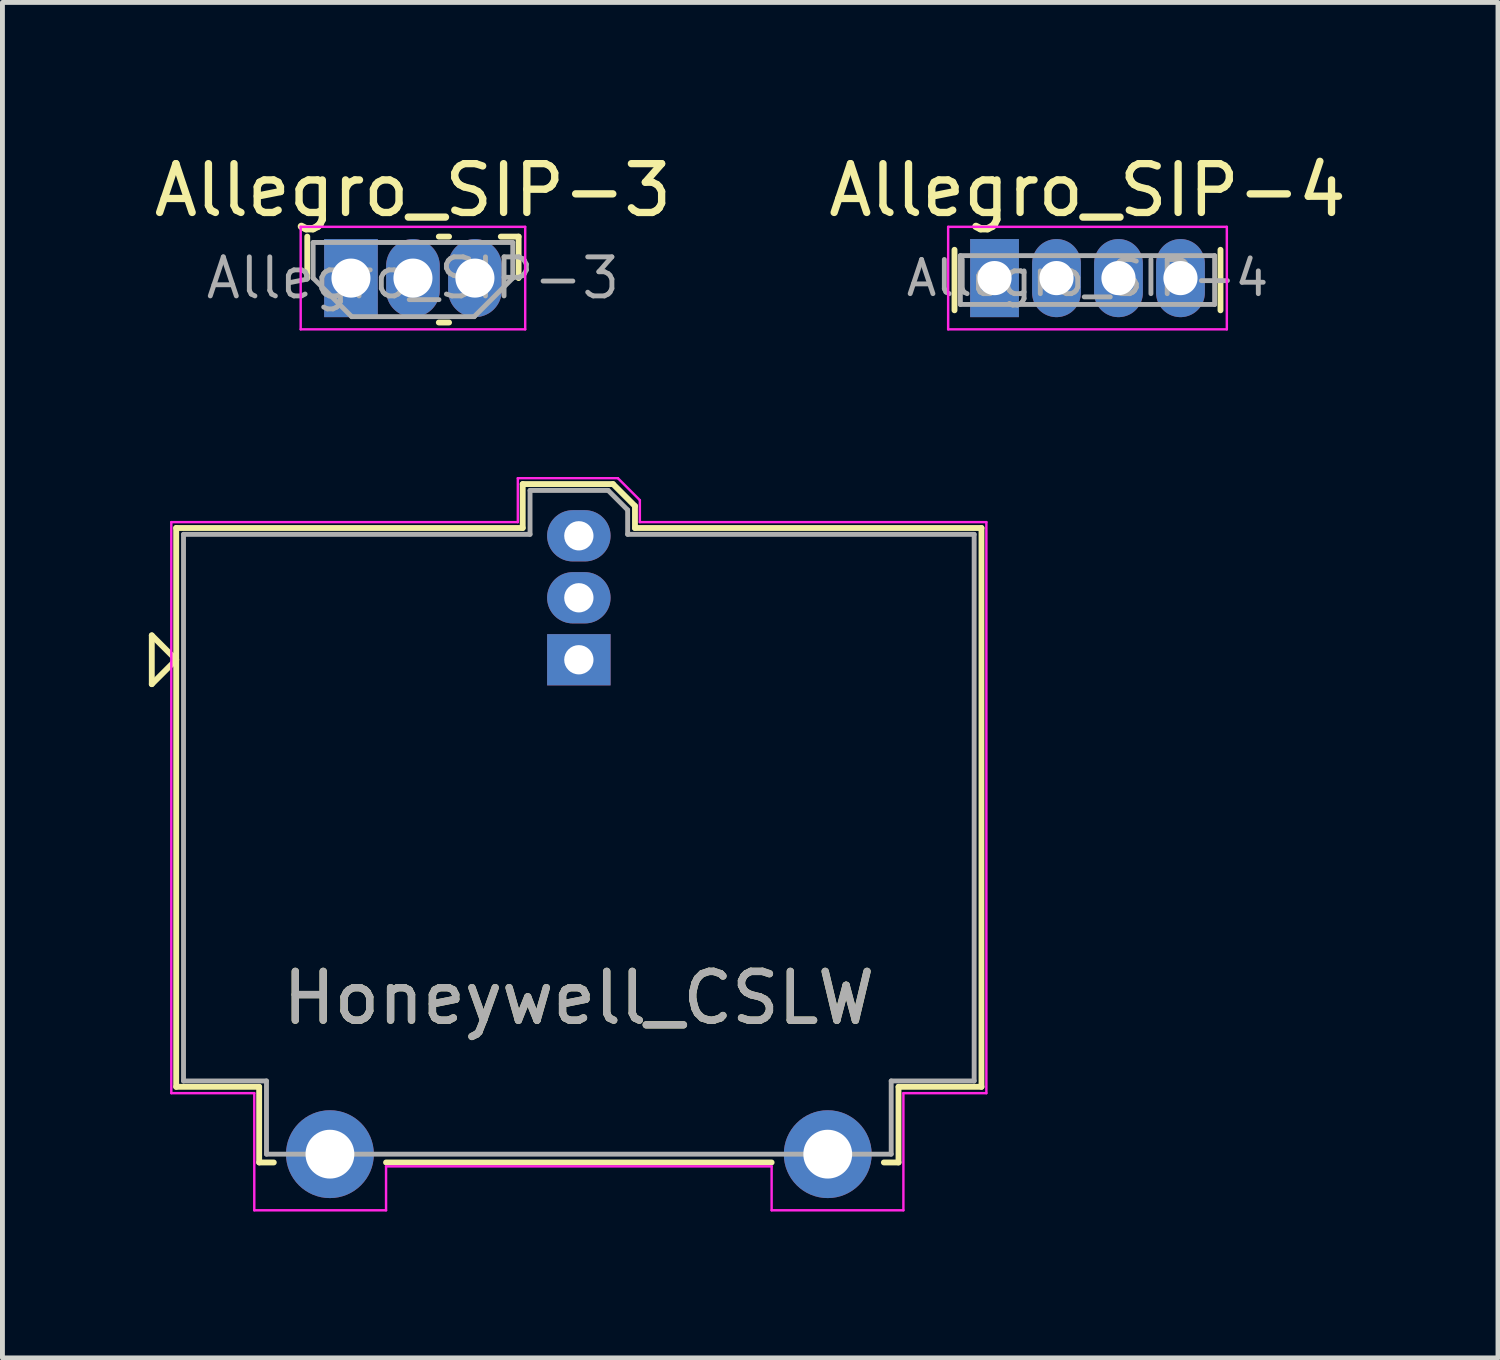
<source format=kicad_pcb>
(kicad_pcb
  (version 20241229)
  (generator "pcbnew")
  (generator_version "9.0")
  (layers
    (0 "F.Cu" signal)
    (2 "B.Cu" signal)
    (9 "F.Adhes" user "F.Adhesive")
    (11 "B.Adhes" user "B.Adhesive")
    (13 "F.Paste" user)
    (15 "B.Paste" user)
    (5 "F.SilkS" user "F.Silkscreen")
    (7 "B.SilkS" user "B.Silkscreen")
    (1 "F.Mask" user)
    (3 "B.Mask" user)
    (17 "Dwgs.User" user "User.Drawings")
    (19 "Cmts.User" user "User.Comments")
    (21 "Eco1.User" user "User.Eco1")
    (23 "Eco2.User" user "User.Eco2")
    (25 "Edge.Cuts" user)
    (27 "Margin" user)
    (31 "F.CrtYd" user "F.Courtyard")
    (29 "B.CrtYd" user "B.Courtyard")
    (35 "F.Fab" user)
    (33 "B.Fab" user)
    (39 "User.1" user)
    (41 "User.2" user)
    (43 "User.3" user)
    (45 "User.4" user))
  (footprint "Allegro_SIP-4"
    (layer "F.Cu")
    (at 17.327 2.648)
    (property "Reference" "Allegro_SIP-4" (at 1.905 -1.8 0) (layer "F.SilkS") (effects (font (size 1 1) (thickness 0.15))))
    (attr through_hole)
    (fp_line (start -0.82 0.66) (end -0.82 -0.58) (stroke (width 0.12) (type solid)) (layer "F.SilkS"))
    (fp_line (start 4.63 -0.58) (end 4.63 0.66) (stroke (width 0.12) (type solid)) (layer "F.SilkS"))
    (fp_line (start -0.95 -1.05) (end -0.95 1.05) (stroke (width 0.05) (type solid)) (layer "F.CrtYd"))
    (fp_line (start -0.95 1.05) (end 4.76 1.05) (stroke (width 0.05) (type solid)) (layer "F.CrtYd"))
    (fp_line (start 4.76 -1.05) (end -0.95 -1.05) (stroke (width 0.05) (type solid)) (layer "F.CrtYd"))
    (fp_line (start 4.76 1.05) (end 4.76 -1.05) (stroke (width 0.05) (type solid)) (layer "F.CrtYd"))
    (fp_line (start -0.7 -0.46) (end 4.51 -0.46) (stroke (width 0.1) (type solid)) (layer "F.Fab"))
    (fp_line (start -0.7 0.54) (end -0.7 -0.46) (stroke (width 0.1) (type solid)) (layer "F.Fab"))
    (fp_line (start 4.51 -0.46) (end 4.51 0.54) (stroke (width 0.1) (type solid)) (layer "F.Fab"))
    (fp_line (start 4.51 0.54) (end -0.7 0.54) (stroke (width 0.1) (type solid)) (layer "F.Fab"))
    (fp_text user "${REFERENCE}" (at 1.905 0 0) (layer "F.Fab") (effects (font (size 0.7 0.7) (thickness 0.1))))
    (pad "1" thru_hole rect (at 0 0) (size 1 1.6) (drill 0.7) (layers "*.Cu" "*.Mask"))
    (pad "2" thru_hole oval (at 1.27 0) (size 1 1.6) (drill 0.7) (layers "*.Cu" "*.Mask"))
    (pad "3" thru_hole oval (at 2.54 0) (size 1 1.6) (drill 0.7) (layers "*.Cu" "*.Mask"))
    (pad "4" thru_hole oval (at 3.81 0) (size 1 1.6) (drill 0.7) (layers "*.Cu" "*.Mask")))
  (footprint "Honeywell_CSLW"
    (layer "F.Cu")
    (at 8.81 10.468)
    (property "Reference" "Honeywell_CSLW" (at 0 6.93 0) (layer "F.SilkS") (effects (font (size 1 1) (thickness 0.15))))
    (attr through_hole)
    (fp_line (start -8.75 0.5) (end -8.75 -0.5) (stroke (width 0.12) (type solid)) (layer "F.SilkS"))
    (fp_line (start -8.25 -2.7) (end -8.25 8.75) (stroke (width 0.12) (type solid)) (layer "F.SilkS"))
    (fp_line (start -8.25 -2.7) (end -1.15 -2.7) (stroke (width 0.12) (type solid)) (layer "F.SilkS"))
    (fp_line (start -8.25 0) (end -8.75 -0.5) (stroke (width 0.12) (type solid)) (layer "F.SilkS"))
    (fp_line (start -8.25 0) (end -8.75 0.5) (stroke (width 0.12) (type solid)) (layer "F.SilkS"))
    (fp_line (start -8.25 8.75) (end -6.55 8.75) (stroke (width 0.12) (type solid)) (layer "F.SilkS"))
    (fp_line (start -6.55 8.75) (end -6.55 10.3) (stroke (width 0.12) (type solid)) (layer "F.SilkS"))
    (fp_line (start -6.25 10.3) (end -6.55 10.3) (stroke (width 0.12) (type solid)) (layer "F.SilkS"))
    (fp_line (start -1.15 -3.6) (end 0.7 -3.6) (stroke (width 0.12) (type solid)) (layer "F.SilkS"))
    (fp_line (start -1.15 -2.7) (end -1.15 -3.6) (stroke (width 0.12) (type solid)) (layer "F.SilkS"))
    (fp_line (start 0.7 -3.6) (end 1.15 -3.15) (stroke (width 0.12) (type solid)) (layer "F.SilkS"))
    (fp_line (start 1.15 -3.15) (end 1.15 -2.7) (stroke (width 0.12) (type solid)) (layer "F.SilkS"))
    (fp_line (start 1.15 -2.7) (end 8.25 -2.7) (stroke (width 0.12) (type solid)) (layer "F.SilkS"))
    (fp_line (start 3.95 10.3) (end -3.95 10.3) (stroke (width 0.12) (type solid)) (layer "F.SilkS"))
    (fp_line (start 6.25 10.3) (end 6.55 10.3) (stroke (width 0.12) (type solid)) (layer "F.SilkS"))
    (fp_line (start 6.55 8.75) (end 6.55 10.3) (stroke (width 0.12) (type solid)) (layer "F.SilkS"))
    (fp_line (start 8.25 -2.7) (end 8.25 8.75) (stroke (width 0.12) (type solid)) (layer "F.SilkS"))
    (fp_line (start 8.25 8.75) (end 6.55 8.75) (stroke (width 0.12) (type solid)) (layer "F.SilkS"))
    (fp_line (start -8.35 -2.82) (end -8.35 8.88) (stroke (width 0.05) (type solid)) (layer "F.CrtYd"))
    (fp_line (start -8.35 8.88) (end -6.65 8.88) (stroke (width 0.05) (type solid)) (layer "F.CrtYd"))
    (fp_line (start -6.65 8.88) (end -6.65 11.28) (stroke (width 0.05) (type solid)) (layer "F.CrtYd"))
    (fp_line (start -6.65 11.28) (end -3.95 11.28) (stroke (width 0.05) (type solid)) (layer "F.CrtYd"))
    (fp_line (start -3.95 10.38) (end 3.95 10.38) (stroke (width 0.05) (type solid)) (layer "F.CrtYd"))
    (fp_line (start -3.95 11.28) (end -3.95 10.38) (stroke (width 0.05) (type solid)) (layer "F.CrtYd"))
    (fp_line (start -1.25 -3.72) (end -1.25 -2.82) (stroke (width 0.05) (type solid)) (layer "F.CrtYd"))
    (fp_line (start -1.25 -2.82) (end -8.35 -2.82) (stroke (width 0.05) (type solid)) (layer "F.CrtYd"))
    (fp_line (start 0.8 -3.72) (end -1.25 -3.72) (stroke (width 0.05) (type solid)) (layer "F.CrtYd"))
    (fp_line (start 1.25 -3.27) (end 0.8 -3.72) (stroke (width 0.05) (type solid)) (layer "F.CrtYd"))
    (fp_line (start 1.25 -2.82) (end 1.25 -3.27) (stroke (width 0.05) (type solid)) (layer "F.CrtYd"))
    (fp_line (start 3.95 10.38) (end 3.95 11.28) (stroke (width 0.05) (type solid)) (layer "F.CrtYd"))
    (fp_line (start 3.95 11.28) (end 6.65 11.28) (stroke (width 0.05) (type solid)) (layer "F.CrtYd"))
    (fp_line (start 6.65 8.88) (end 8.35 8.88) (stroke (width 0.05) (type solid)) (layer "F.CrtYd"))
    (fp_line (start 6.65 11.28) (end 6.65 8.88) (stroke (width 0.05) (type solid)) (layer "F.CrtYd"))
    (fp_line (start 8.35 -2.82) (end 1.25 -2.82) (stroke (width 0.05) (type solid)) (layer "F.CrtYd"))
    (fp_line (start 8.35 8.88) (end 8.35 -2.82) (stroke (width 0.05) (type solid)) (layer "F.CrtYd"))
    (fp_line (start -8.1 -2.57) (end -8.1 8.63) (stroke (width 0.1) (type solid)) (layer "F.Fab"))
    (fp_line (start -8.1 8.63) (end -6.4 8.63) (stroke (width 0.1) (type solid)) (layer "F.Fab"))
    (fp_line (start -6.4 8.63) (end -6.4 10.13) (stroke (width 0.1) (type solid)) (layer "F.Fab"))
    (fp_line (start -6.4 10.13) (end 6.4 10.13) (stroke (width 0.1) (type solid)) (layer "F.Fab"))
    (fp_line (start -1 -3.47) (end -1 -2.57) (stroke (width 0.1) (type solid)) (layer "F.Fab"))
    (fp_line (start -1 -2.57) (end -8.1 -2.57) (stroke (width 0.1) (type solid)) (layer "F.Fab"))
    (fp_line (start 0.6 -3.47) (end -1 -3.47) (stroke (width 0.1) (type solid)) (layer "F.Fab"))
    (fp_line (start 1 -3.07) (end 0.6 -3.47) (stroke (width 0.1) (type solid)) (layer "F.Fab"))
    (fp_line (start 1 -2.57) (end 1 -3.07) (stroke (width 0.1) (type solid)) (layer "F.Fab"))
    (fp_line (start 6.4 8.63) (end 8.1 8.63) (stroke (width 0.1) (type solid)) (layer "F.Fab"))
    (fp_line (start 6.4 10.13) (end 6.4 8.63) (stroke (width 0.1) (type solid)) (layer "F.Fab"))
    (fp_line (start 8.1 -2.57) (end 1 -2.57) (stroke (width 0.1) (type solid)) (layer "F.Fab"))
    (fp_line (start 8.1 8.63) (end 8.1 -2.57) (stroke (width 0.1) (type solid)) (layer "F.Fab"))
    (fp_text user "${REFERENCE}" (at 0 6.93 0) (layer "F.Fab") (effects (font (size 1 1) (thickness 0.15))))
    (pad "1" thru_hole rect (at 0 0) (size 1.3 1.05) (drill 0.6) (layers "*.Cu" "*.Mask"))
    (pad "2" thru_hole oval (at 0 -1.27) (size 1.3 1.05) (drill 0.6) (layers "*.Cu" "*.Mask"))
    (pad "3" thru_hole oval (at 0 -2.54) (size 1.3 1.05) (drill 0.6) (layers "*.Cu" "*.Mask"))
    (pad "4" thru_hole circle (at -5.1 10.13) (size 1.8 1.8) (drill 1) (layers "*.Cu" "*.Mask"))
    (pad "5" thru_hole circle (at 5.1 10.13) (size 1.8 1.8) (drill 1) (layers "*.Cu" "*.Mask")))
  (footprint "Allegro_SIP-3"
    (layer "F.Cu")
    (at 4.141 2.648)
    (property "Reference" "Allegro_SIP-3" (at 1.27 -1.8 0) (layer "F.SilkS") (effects (font (size 1 1) (thickness 0.15))))
    (attr through_hole)
    (fp_line (start -0.895 0) (end -0.895 -0.85) (stroke (width 0.12) (type solid)) (layer "F.SilkS"))
    (fp_line (start 2.01 -0.85) (end 1.8 -0.85) (stroke (width 0.12) (type solid)) (layer "F.SilkS"))
    (fp_line (start 2.01 0.91) (end 1.8 0.91) (stroke (width 0.12) (type solid)) (layer "F.SilkS"))
    (fp_line (start 3.435 -0.85) (end 3.07 -0.85) (stroke (width 0.12) (type solid)) (layer "F.SilkS"))
    (fp_line (start 3.435 -0.85) (end 3.435 0) (stroke (width 0.12) (type solid)) (layer "F.SilkS"))
    (fp_line (start -1.03 -1.05) (end -1.03 1.05) (stroke (width 0.05) (type solid)) (layer "F.CrtYd"))
    (fp_line (start -1.03 1.05) (end 3.57 1.05) (stroke (width 0.05) (type solid)) (layer "F.CrtYd"))
    (fp_line (start 3.57 -1.05) (end -1.03 -1.05) (stroke (width 0.05) (type solid)) (layer "F.CrtYd"))
    (fp_line (start 3.57 1.05) (end 3.57 -1.05) (stroke (width 0.05) (type solid)) (layer "F.CrtYd"))
    (fp_line (start -0.775 -0.73) (end 3.315 -0.73) (stroke (width 0.1) (type solid)) (layer "F.Fab"))
    (fp_line (start -0.775 0) (end -0.775 -0.73) (stroke (width 0.1) (type solid)) (layer "F.Fab"))
    (fp_line (start -0.775 0) (end 0.015 0.79) (stroke (width 0.1) (type solid)) (layer "F.Fab"))
    (fp_line (start 2.525 0.79) (end 0.015 0.79) (stroke (width 0.1) (type solid)) (layer "F.Fab"))
    (fp_line (start 3.315 -0.73) (end 3.315 0) (stroke (width 0.1) (type solid)) (layer "F.Fab"))
    (fp_line (start 3.315 0) (end 2.525 0.79) (stroke (width 0.1) (type solid)) (layer "F.Fab"))
    (fp_text user "${REFERENCE}" (at 1.27 0 0) (layer "F.Fab") (effects (font (size 0.8 0.8) (thickness 0.1))))
    (pad "1" thru_hole rect (at 0 0) (size 1.1 1.6) (drill 0.8) (layers "*.Cu" "*.Mask"))
    (pad "2" thru_hole oval (at 1.27 0) (size 1.1 1.6) (drill 0.8) (layers "*.Cu" "*.Mask"))
    (pad "3" thru_hole oval (at 2.54 0) (size 1.1 1.6) (drill 0.8) (layers "*.Cu" "*.Mask")))
  (gr_rect
    (start -3 -3)
    (end 27.643 24.773)
    (stroke (width 0.1) (type default))
    (fill no)
    (layer "Edge.Cuts")))
</source>
